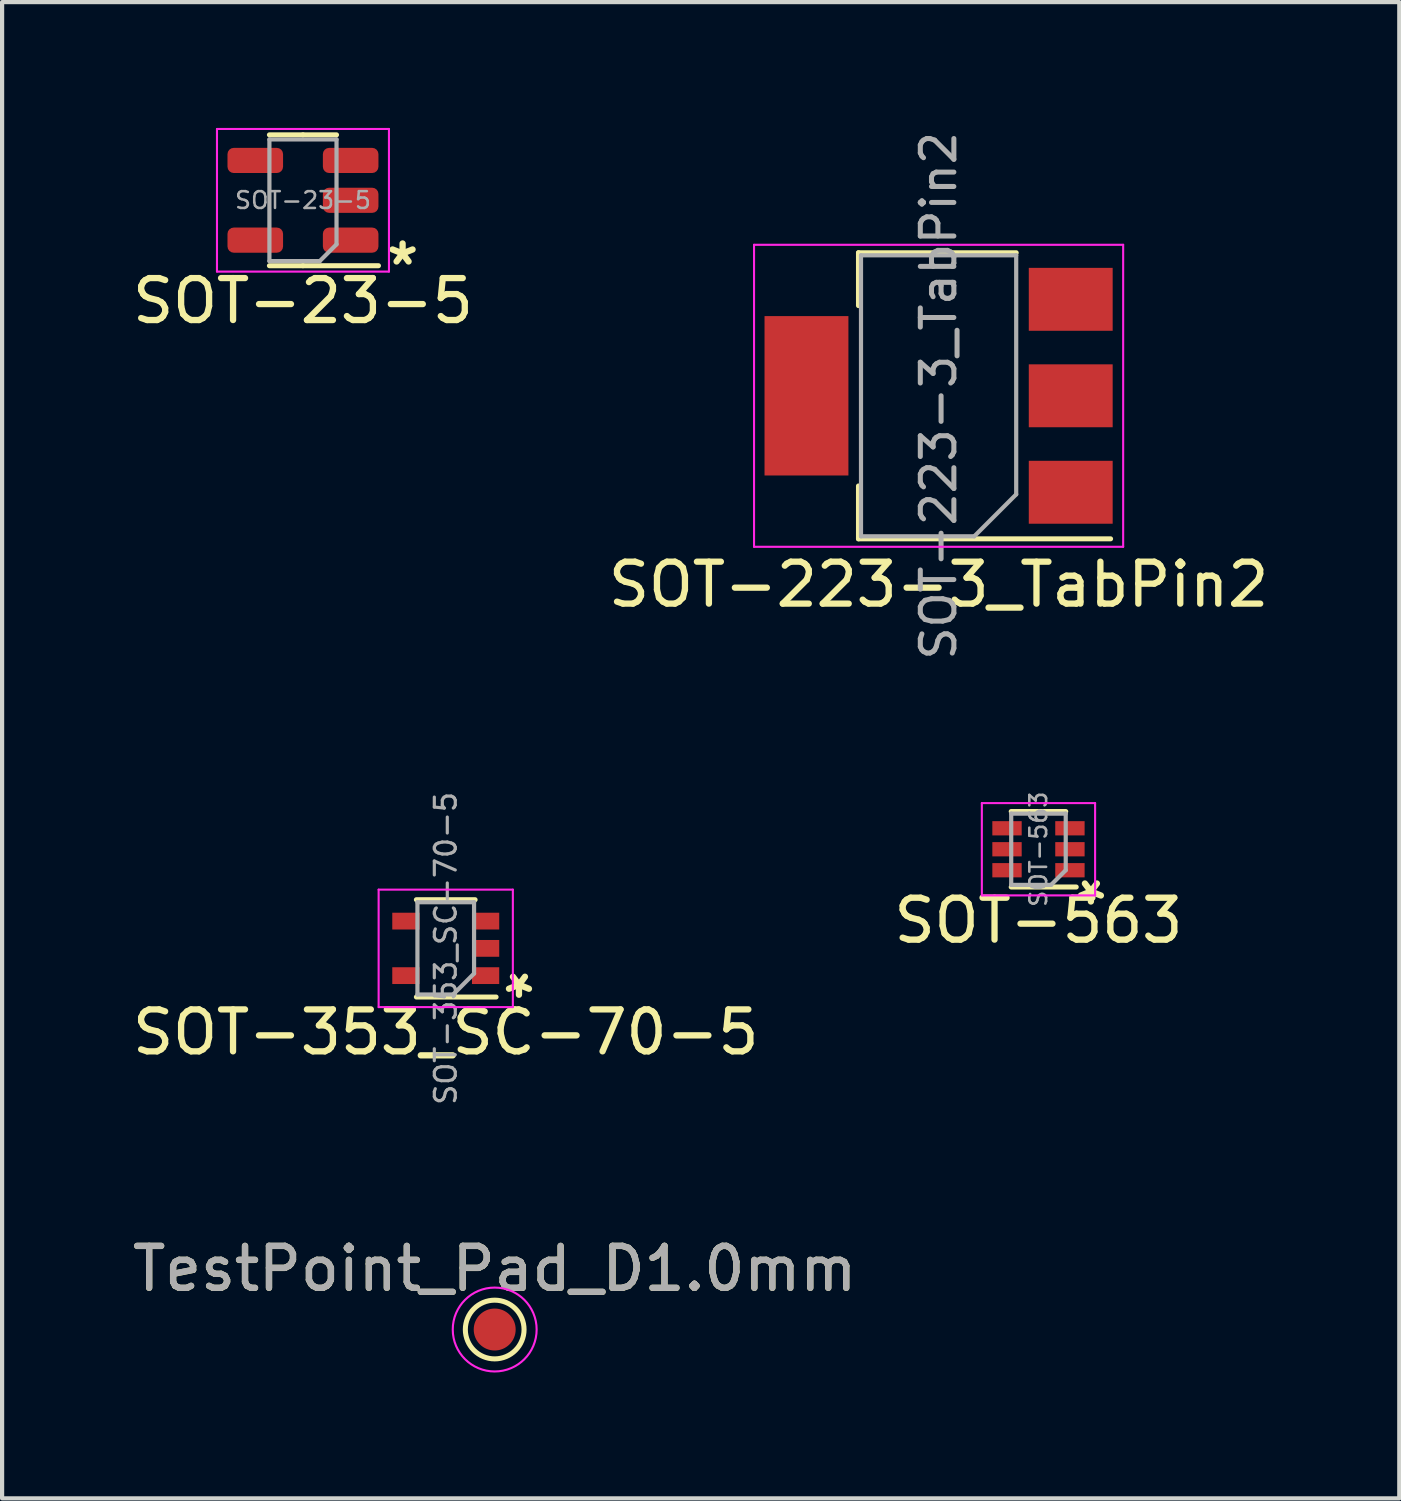
<source format=kicad_pcb>
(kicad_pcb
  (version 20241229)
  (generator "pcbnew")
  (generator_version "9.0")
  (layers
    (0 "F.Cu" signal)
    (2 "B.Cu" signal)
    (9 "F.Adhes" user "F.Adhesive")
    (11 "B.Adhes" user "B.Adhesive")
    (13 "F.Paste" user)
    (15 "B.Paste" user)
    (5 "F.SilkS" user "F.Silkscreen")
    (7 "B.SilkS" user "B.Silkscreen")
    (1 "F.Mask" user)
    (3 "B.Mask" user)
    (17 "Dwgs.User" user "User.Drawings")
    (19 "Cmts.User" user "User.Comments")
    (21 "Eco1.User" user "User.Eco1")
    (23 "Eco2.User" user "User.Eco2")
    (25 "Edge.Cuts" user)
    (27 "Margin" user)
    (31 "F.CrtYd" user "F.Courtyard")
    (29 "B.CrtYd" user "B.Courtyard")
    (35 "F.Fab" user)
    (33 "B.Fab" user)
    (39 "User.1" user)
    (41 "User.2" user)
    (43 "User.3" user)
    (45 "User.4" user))
  (footprint "SOT-563"
    (layer "F.Cu")
    (at 21.708 17.197)
    (property "Reference" "SOT-563" (at 0 1.7 180) (layer "F.SilkS") (effects (font (size 1 1) (thickness 0.15))))
    (attr smd)
    (fp_line (start -0.65 -0.9) (end 0.65 -0.9) (stroke (width 0.12) (type solid)) (layer "F.SilkS"))
    (fp_line (start 0.9 0.9) (end -0.65 0.9) (stroke (width 0.12) (type solid)) (layer "F.SilkS"))
    (fp_line (start -1.35 -1.1) (end -1.35 1.1) (stroke (width 0.05) (type solid)) (layer "F.CrtYd"))
    (fp_line (start -1.35 -1.1) (end 1.35 -1.1) (stroke (width 0.05) (type solid)) (layer "F.CrtYd"))
    (fp_line (start 1.35 1.1) (end -1.35 1.1) (stroke (width 0.05) (type solid)) (layer "F.CrtYd"))
    (fp_line (start 1.35 1.1) (end 1.35 -1.1) (stroke (width 0.05) (type solid)) (layer "F.CrtYd"))
    (fp_line (start -0.65 -0.85) (end -0.65 0.85) (stroke (width 0.1) (type solid)) (layer "F.Fab"))
    (fp_line (start -0.65 0.85) (end 0.3 0.85) (stroke (width 0.1) (type solid)) (layer "F.Fab"))
    (fp_line (start 0.65 -0.85) (end -0.65 -0.85) (stroke (width 0.1) (type solid)) (layer "F.Fab"))
    (fp_line (start 0.65 0.5) (end 0.3 0.85) (stroke (width 0.1) (type solid)) (layer "F.Fab"))
    (fp_line (start 0.65 0.5) (end 0.65 -0.85) (stroke (width 0.1) (type solid)) (layer "F.Fab"))
    (fp_text user "*" (at 1.25 0.7 180) (unlocked yes) (layer "F.SilkS") (effects (font (size 1 1) (thickness 0.15))))
    (fp_text user "${REFERENCE}" (at 0 0 270) (layer "F.Fab") (effects (font (size 0.4 0.4) (thickness 0.062))))
    (pad "1" smd rect (at 0.75 0.5 180) (size 0.7 0.34) (layers "F.Cu" "F.Mask" "F.Paste"))
    (pad "2" smd rect (at 0.75 0 180) (size 0.7 0.34) (layers "F.Cu" "F.Mask" "F.Paste"))
    (pad "3" smd rect (at 0.75 -0.5 180) (size 0.7 0.34) (layers "F.Cu" "F.Mask" "F.Paste"))
    (pad "4" smd rect (at -0.75 -0.5 180) (size 0.7 0.34) (layers "F.Cu" "F.Mask" "F.Paste"))
    (pad "5" smd rect (at -0.75 0 180) (size 0.7 0.34) (layers "F.Cu" "F.Mask" "F.Paste"))
    (pad "6" smd rect (at -0.75 0.5 180) (size 0.7 0.34) (layers "F.Cu" "F.Mask" "F.Paste")))
  (footprint "TestPoint_Pad_D1.0mm"
    (layer "F.Cu")
    (at 8.744 28.647)
    (property "Reference" "TestPoint_Pad_D1.0mm" (at 0 -1.448 0) (layer "F.SilkS") (effects (font (size 1 1) (thickness 0.15))))
    (attr exclude_from_pos_files exclude_from_bom)
    (fp_circle (center 0 0) (end 0 0.7) (stroke (width 0.12) (type solid)) (fill no) (layer "F.SilkS"))
    (fp_circle (center 0 0) (end 1 0) (stroke (width 0.05) (type solid)) (fill no) (layer "F.CrtYd"))
    (fp_text user "${REFERENCE}" (at 0 -1.45 0) (layer "F.Fab") (effects (font (size 1 1) (thickness 0.15))))
    (pad "1" smd circle (at 0 0) (size 1 1) (layers "F.Cu" "F.Mask")))
  (footprint "SOT-23-5"
    (layer "F.Cu")
    (at 4.173 1.725)
    (property "Reference" "SOT-23-5" (at 0 2.4 180) (layer "F.SilkS") (effects (font (size 1 1) (thickness 0.15))))
    (attr smd)
    (fp_line (start 0 -1.56) (end -0.8 -1.56) (stroke (width 0.12) (type solid)) (layer "F.SilkS"))
    (fp_line (start 0 -1.56) (end 0.8 -1.56) (stroke (width 0.12) (type solid)) (layer "F.SilkS"))
    (fp_line (start 0 1.56) (end -0.8 1.56) (stroke (width 0.12) (type solid)) (layer "F.SilkS"))
    (fp_line (start 0 1.56) (end 1.8 1.56) (stroke (width 0.12) (type solid)) (layer "F.SilkS"))
    (fp_line (start -2.05 -1.7) (end -2.05 1.7) (stroke (width 0.05) (type solid)) (layer "F.CrtYd"))
    (fp_line (start -2.05 1.7) (end 2.05 1.7) (stroke (width 0.05) (type solid)) (layer "F.CrtYd"))
    (fp_line (start 2.05 -1.7) (end -2.05 -1.7) (stroke (width 0.05) (type solid)) (layer "F.CrtYd"))
    (fp_line (start 2.05 1.7) (end 2.05 -1.7) (stroke (width 0.05) (type solid)) (layer "F.CrtYd"))
    (fp_line (start -0.8 -1.45) (end 0.8 -1.45) (stroke (width 0.1) (type solid)) (layer "F.Fab"))
    (fp_line (start -0.8 1.45) (end -0.8 -1.45) (stroke (width 0.1) (type solid)) (layer "F.Fab"))
    (fp_line (start 0.4 1.45) (end -0.8 1.45) (stroke (width 0.1) (type solid)) (layer "F.Fab"))
    (fp_line (start 0.8 -1.45) (end 0.8 1.05) (stroke (width 0.1) (type solid)) (layer "F.Fab"))
    (fp_line (start 0.8 1.05) (end 0.4 1.45) (stroke (width 0.1) (type solid)) (layer "F.Fab"))
    (fp_text user "*" (at 2.375 1.575 0) (unlocked yes) (layer "F.SilkS") (effects (font (size 1 1) (thickness 0.15))))
    (fp_text user "${REFERENCE}" (at 0 0 180) (layer "F.Fab") (effects (font (size 0.4 0.4) (thickness 0.06))))
    (pad "1" smd roundrect (at 1.137 0.95 180) (size 1.325 0.6) (layers "F.Cu" "F.Mask" "F.Paste") (roundrect_rratio 0.25))
    (pad "2" smd roundrect (at 1.137 0 180) (size 1.325 0.6) (layers "F.Cu" "F.Mask" "F.Paste") (roundrect_rratio 0.25))
    (pad "3" smd roundrect (at 1.137 -0.95 180) (size 1.325 0.6) (layers "F.Cu" "F.Mask" "F.Paste") (roundrect_rratio 0.25))
    (pad "4" smd roundrect (at -1.137 -0.95 180) (size 1.325 0.6) (layers "F.Cu" "F.Mask" "F.Paste") (roundrect_rratio 0.25))
    (pad "5" smd roundrect (at -1.137 0.95 180) (size 1.325 0.6) (layers "F.Cu" "F.Mask" "F.Paste") (roundrect_rratio 0.25)))
  (footprint "SOT-353_SC-70-5"
    (layer "F.Cu")
    (at 7.602 19.535)
    (property "Reference" "SOT-353_SC-70-5" (at -0.025 2.025 180) (layer "F.SilkS") (effects (font (size 1 1) (thickness 0.15))))
    (attr smd)
    (fp_line (start -0.725 1.185) (end 1.175 1.185) (stroke (width 0.12) (type solid)) (layer "F.SilkS"))
    (fp_line (start 0.675 -1.135) (end -0.725 -1.135) (stroke (width 0.12) (type solid)) (layer "F.SilkS"))
    (fp_line (start -1.625 -1.375) (end -1.625 1.425) (stroke (width 0.05) (type solid)) (layer "F.CrtYd"))
    (fp_line (start 1.575 -1.375) (end -1.625 -1.375) (stroke (width 0.05) (type solid)) (layer "F.CrtYd"))
    (fp_line (start 1.575 1.425) (end -1.625 1.425) (stroke (width 0.05) (type solid)) (layer "F.CrtYd"))
    (fp_line (start 1.575 1.425) (end 1.575 -1.375) (stroke (width 0.05) (type solid)) (layer "F.CrtYd"))
    (fp_line (start -0.7 -1.075) (end 0.65 -1.075) (stroke (width 0.1) (type solid)) (layer "F.Fab"))
    (fp_line (start -0.7 1.125) (end -0.7 -1.075) (stroke (width 0.1) (type solid)) (layer "F.Fab"))
    (fp_line (start -0.7 1.125) (end 0.15 1.125) (stroke (width 0.1) (type solid)) (layer "F.Fab"))
    (fp_line (start 0.15 1.125) (end 0.65 0.625) (stroke (width 0.1) (type solid)) (layer "F.Fab"))
    (fp_line (start 0.65 0.625) (end 0.65 -1.075) (stroke (width 0.1) (type solid)) (layer "F.Fab"))
    (fp_text user "*" (at 2.2 0 180) (unlocked yes) (layer "F.SilkS") (effects (font (size 1 1) (thickness 0.15)) (justify left bottom)))
    (fp_text user "${REFERENCE}" (at -0.025 0.025 270) (layer "F.Fab") (effects (font (size 0.5 0.5) (thickness 0.075))))
    (pad "1" smd rect (at 0.925 0.675 180) (size 0.65 0.4) (layers "F.Cu" "F.Mask" "F.Paste"))
    (pad "2" smd rect (at 0.925 0.025 180) (size 0.65 0.4) (layers "F.Cu" "F.Mask" "F.Paste"))
    (pad "3" smd rect (at 0.925 -0.625 180) (size 0.65 0.4) (layers "F.Cu" "F.Mask" "F.Paste"))
    (pad "4" smd rect (at -0.975 -0.625 180) (size 0.65 0.4) (layers "F.Cu" "F.Mask" "F.Paste"))
    (pad "5" smd rect (at -0.975 0.675 180) (size 0.65 0.4) (layers "F.Cu" "F.Mask" "F.Paste")))
  (footprint "SOT-223-3_TabPin2"
    (layer "F.Cu")
    (at 19.327 6.386)
    (property "Reference" "SOT-223-3_TabPin2" (at 0 4.5 180) (layer "F.SilkS") (effects (font (size 1 1) (thickness 0.15))))
    (attr smd)
    (fp_line (start -1.91 -3.41) (end -1.91 -2.15) (stroke (width 0.12) (type solid)) (layer "F.SilkS"))
    (fp_line (start -1.91 3.41) (end -1.91 2.15) (stroke (width 0.12) (type solid)) (layer "F.SilkS"))
    (fp_line (start 1.85 -3.41) (end -1.91 -3.41) (stroke (width 0.12) (type solid)) (layer "F.SilkS"))
    (fp_line (start 4.1 3.41) (end -1.91 3.41) (stroke (width 0.12) (type solid)) (layer "F.SilkS"))
    (fp_line (start -4.4 -3.6) (end -4.4 3.6) (stroke (width 0.05) (type solid)) (layer "F.CrtYd"))
    (fp_line (start -4.4 3.6) (end 4.4 3.6) (stroke (width 0.05) (type solid)) (layer "F.CrtYd"))
    (fp_line (start 4.4 -3.6) (end -4.4 -3.6) (stroke (width 0.05) (type solid)) (layer "F.CrtYd"))
    (fp_line (start 4.4 3.6) (end 4.4 -3.6) (stroke (width 0.05) (type solid)) (layer "F.CrtYd"))
    (fp_line (start -1.85 3.35) (end -1.85 -3.35) (stroke (width 0.1) (type solid)) (layer "F.Fab"))
    (fp_line (start 0.85 3.35) (end -1.85 3.35) (stroke (width 0.1) (type solid)) (layer "F.Fab"))
    (fp_line (start 1.85 -3.35) (end -1.85 -3.35) (stroke (width 0.1) (type solid)) (layer "F.Fab"))
    (fp_line (start 1.85 2.35) (end 0.85 3.35) (stroke (width 0.1) (type solid)) (layer "F.Fab"))
    (fp_line (start 1.85 2.35) (end 1.85 -3.35) (stroke (width 0.1) (type solid)) (layer "F.Fab"))
    (fp_text user "${REFERENCE}" (at 0 0 270) (layer "F.Fab") (effects (font (size 0.8 0.8) (thickness 0.12))))
    (pad "1" smd rect (at 3.15 2.3 180) (size 2 1.5) (layers "F.Cu" "F.Mask" "F.Paste"))
    (pad "2" smd rect (at -3.15 0 180) (size 2 3.8) (layers "F.Cu" "F.Mask" "F.Paste"))
    (pad "2" smd rect (at 3.15 0 180) (size 2 1.5) (layers "F.Cu" "F.Mask" "F.Paste"))
    (pad "3" smd rect (at 3.15 -2.3 180) (size 2 1.5) (layers "F.Cu" "F.Mask" "F.Paste")))
  (gr_rect
    (start -3 -3)
    (end 30.31 32.672)
    (stroke (width 0.1) (type default))
    (fill no)
    (layer "Edge.Cuts")))
</source>
